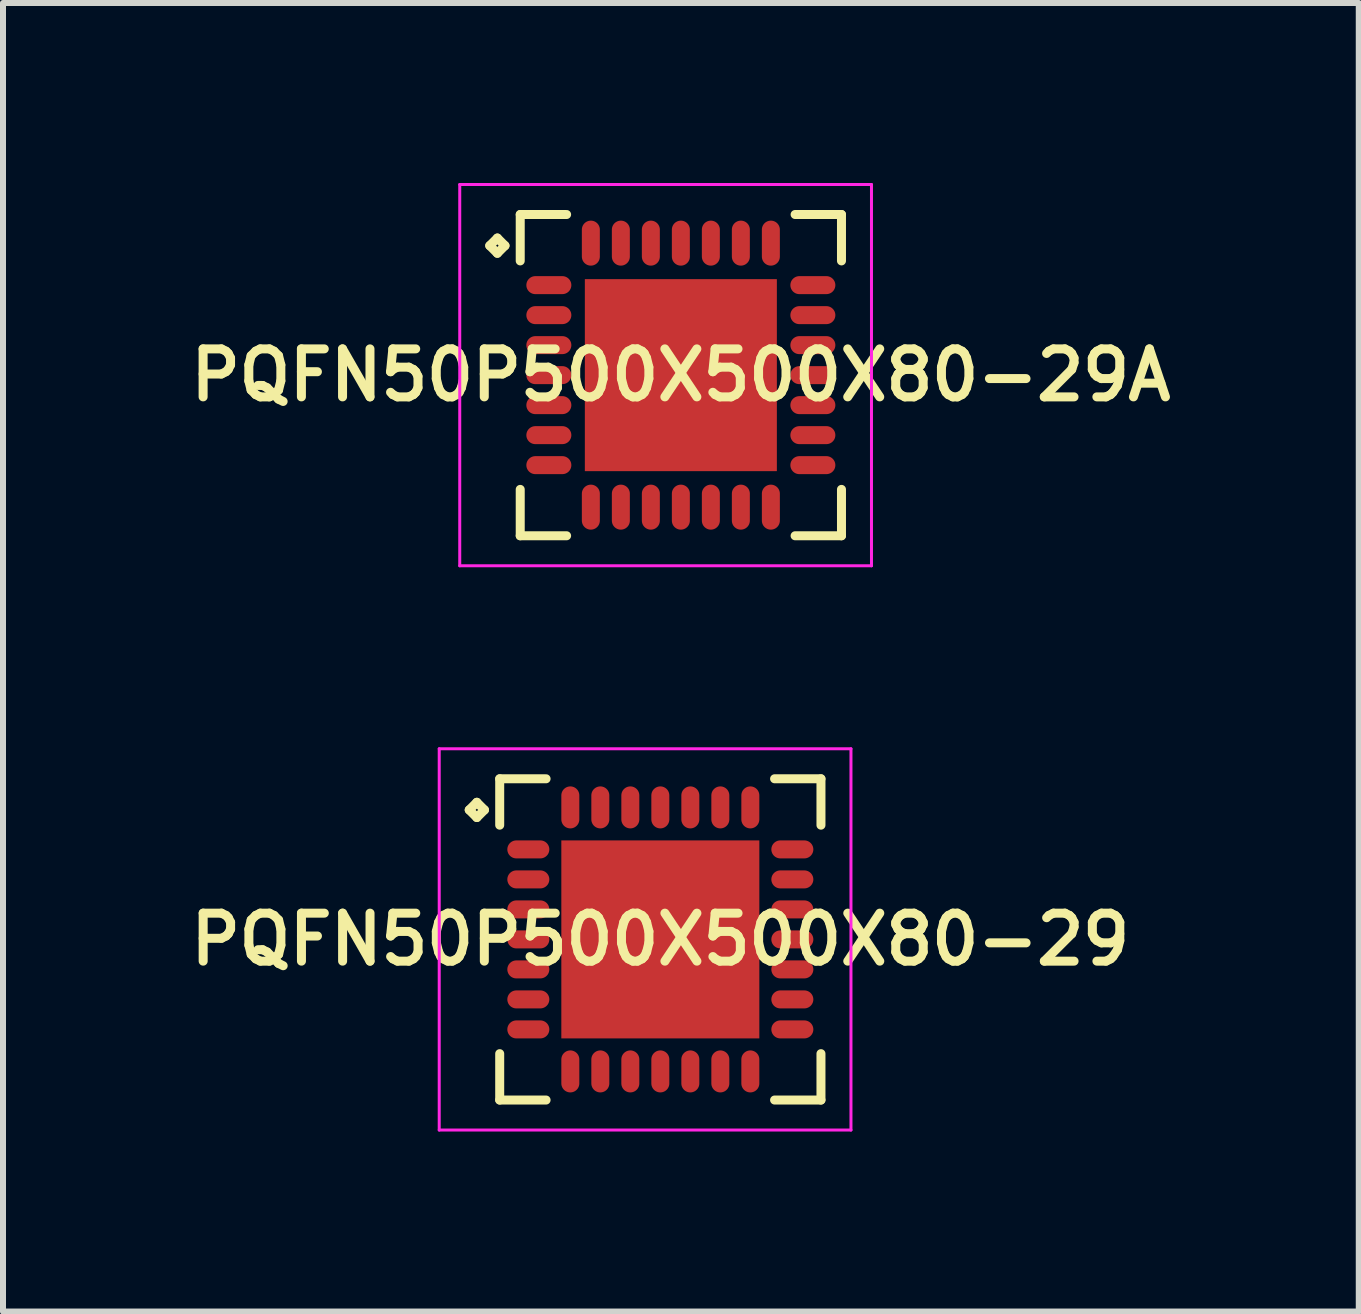
<source format=kicad_pcb>
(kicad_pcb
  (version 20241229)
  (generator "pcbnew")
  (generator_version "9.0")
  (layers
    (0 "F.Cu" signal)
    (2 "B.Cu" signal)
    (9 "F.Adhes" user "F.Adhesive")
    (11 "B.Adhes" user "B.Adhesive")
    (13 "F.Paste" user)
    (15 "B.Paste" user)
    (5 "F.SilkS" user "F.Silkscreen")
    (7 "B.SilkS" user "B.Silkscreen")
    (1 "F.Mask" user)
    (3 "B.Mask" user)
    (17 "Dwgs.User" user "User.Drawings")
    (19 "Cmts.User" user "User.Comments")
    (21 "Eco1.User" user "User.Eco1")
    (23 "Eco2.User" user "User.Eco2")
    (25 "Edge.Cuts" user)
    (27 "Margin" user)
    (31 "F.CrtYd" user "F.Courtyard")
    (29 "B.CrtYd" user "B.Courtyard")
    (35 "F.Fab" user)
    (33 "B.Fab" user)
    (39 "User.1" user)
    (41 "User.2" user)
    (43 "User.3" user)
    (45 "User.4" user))
  (footprint "PQFN50P500X500X80-29A"
    (layer "F.Cu")
    (at 8.297 3.202)
    (property "Reference" "PQFN50P500X500X80-29A" (at 0 0 0) (layer "F.SilkS") (effects (font (size 0.8 0.8) (thickness 0.15))))
    (attr smd)
    (fp_line (start -3.185 -2.158) (end -3.058 -2.285) (stroke (width 0.15) (type solid)) (layer "F.SilkS"))
    (fp_line (start -3.058 -2.285) (end -2.931 -2.158) (stroke (width 0.15) (type solid)) (layer "F.SilkS"))
    (fp_line (start -3.058 -2.031) (end -3.185 -2.158) (stroke (width 0.15) (type solid)) (layer "F.SilkS"))
    (fp_line (start -2.931 -2.158) (end -3.058 -2.031) (stroke (width 0.15) (type solid)) (layer "F.SilkS"))
    (fp_line (start -2.677 -2.677) (end -1.904 -2.677) (stroke (width 0.15) (type solid)) (layer "F.SilkS"))
    (fp_line (start -2.677 -1.904) (end -2.677 -2.677) (stroke (width 0.15) (type solid)) (layer "F.SilkS"))
    (fp_line (start -2.677 1.904) (end -2.677 2.677) (stroke (width 0.15) (type solid)) (layer "F.SilkS"))
    (fp_line (start -2.677 2.677) (end -1.904 2.677) (stroke (width 0.15) (type solid)) (layer "F.SilkS"))
    (fp_line (start 1.904 -2.677) (end 2.677 -2.677) (stroke (width 0.15) (type solid)) (layer "F.SilkS"))
    (fp_line (start 1.904 2.677) (end 2.677 2.677) (stroke (width 0.15) (type solid)) (layer "F.SilkS"))
    (fp_line (start 2.677 -2.677) (end 2.677 -1.904) (stroke (width 0.15) (type solid)) (layer "F.SilkS"))
    (fp_line (start 2.677 2.677) (end 2.677 1.904) (stroke (width 0.15) (type solid)) (layer "F.SilkS"))
    (fp_line (start -3.685 -3.177) (end 3.177 -3.177) (stroke (width 0.05) (type solid)) (layer "F.CrtYd"))
    (fp_line (start -3.685 3.177) (end -3.685 -3.177) (stroke (width 0.05) (type solid)) (layer "F.CrtYd"))
    (fp_line (start 3.177 -3.177) (end 3.177 3.177) (stroke (width 0.05) (type solid)) (layer "F.CrtYd"))
    (fp_line (start 3.177 3.177) (end -3.685 3.177) (stroke (width 0.05) (type solid)) (layer "F.CrtYd"))
    (pad "1" smd oval (at -2.2 -1.5) (size 0.75 0.3) (layers "F.Cu" "F.Mask" "F.Paste"))
    (pad "2" smd oval (at -2.2 -1) (size 0.75 0.3) (layers "F.Cu" "F.Mask" "F.Paste"))
    (pad "3" smd oval (at -2.2 -0.5) (size 0.75 0.3) (layers "F.Cu" "F.Mask" "F.Paste"))
    (pad "4" smd oval (at -2.2 0) (size 0.75 0.3) (layers "F.Cu" "F.Mask" "F.Paste"))
    (pad "5" smd oval (at -2.2 0.5) (size 0.75 0.3) (layers "F.Cu" "F.Mask" "F.Paste"))
    (pad "6" smd oval (at -2.2 1) (size 0.75 0.3) (layers "F.Cu" "F.Mask" "F.Paste"))
    (pad "7" smd oval (at -2.2 1.5) (size 0.75 0.3) (layers "F.Cu" "F.Mask" "F.Paste"))
    (pad "8" smd oval (at -1.5 2.2) (size 0.3 0.75) (layers "F.Cu" "F.Mask" "F.Paste"))
    (pad "9" smd oval (at -1 2.2) (size 0.3 0.75) (layers "F.Cu" "F.Mask" "F.Paste"))
    (pad "10" smd oval (at -0.5 2.2) (size 0.3 0.75) (layers "F.Cu" "F.Mask" "F.Paste"))
    (pad "11" smd oval (at 0 2.2) (size 0.3 0.75) (layers "F.Cu" "F.Mask" "F.Paste"))
    (pad "12" smd oval (at 0.5 2.2) (size 0.3 0.75) (layers "F.Cu" "F.Mask" "F.Paste"))
    (pad "13" smd oval (at 1 2.2) (size 0.3 0.75) (layers "F.Cu" "F.Mask" "F.Paste"))
    (pad "14" smd oval (at 1.5 2.2) (size 0.3 0.75) (layers "F.Cu" "F.Mask" "F.Paste"))
    (pad "15" smd oval (at 2.2 1.5) (size 0.75 0.3) (layers "F.Cu" "F.Mask" "F.Paste"))
    (pad "16" smd oval (at 2.2 1) (size 0.75 0.3) (layers "F.Cu" "F.Mask" "F.Paste"))
    (pad "17" smd oval (at 2.2 0.5) (size 0.75 0.3) (layers "F.Cu" "F.Mask" "F.Paste"))
    (pad "18" smd oval (at 2.2 0) (size 0.75 0.3) (layers "F.Cu" "F.Mask" "F.Paste"))
    (pad "19" smd oval (at 2.2 -0.5) (size 0.75 0.3) (layers "F.Cu" "F.Mask" "F.Paste"))
    (pad "20" smd oval (at 2.2 -1) (size 0.75 0.3) (layers "F.Cu" "F.Mask" "F.Paste"))
    (pad "21" smd oval (at 2.2 -1.5) (size 0.75 0.3) (layers "F.Cu" "F.Mask" "F.Paste"))
    (pad "22" smd oval (at 1.5 -2.2) (size 0.3 0.75) (layers "F.Cu" "F.Mask" "F.Paste"))
    (pad "23" smd oval (at 1 -2.2) (size 0.3 0.75) (layers "F.Cu" "F.Mask" "F.Paste"))
    (pad "24" smd oval (at 0.5 -2.2) (size 0.3 0.75) (layers "F.Cu" "F.Mask" "F.Paste"))
    (pad "25" smd oval (at 0 -2.2) (size 0.3 0.75) (layers "F.Cu" "F.Mask" "F.Paste"))
    (pad "26" smd oval (at -0.5 -2.2) (size 0.3 0.75) (layers "F.Cu" "F.Mask" "F.Paste"))
    (pad "27" smd oval (at -1 -2.2) (size 0.3 0.75) (layers "F.Cu" "F.Mask" "F.Paste"))
    (pad "28" smd oval (at -1.5 -2.2) (size 0.3 0.75) (layers "F.Cu" "F.Mask" "F.Paste"))
    (pad "29" smd rect (at 0 0) (size 3.2 3.2) (layers "F.Cu" "F.Mask" "F.Paste")))
  (footprint "PQFN50P500X500X80-29"
    (layer "F.Cu")
    (at 7.955 12.606)
    (property "Reference" "PQFN50P500X500X80-29" (at 0 0 0) (layer "F.SilkS") (effects (font (size 0.8 0.8) (thickness 0.15))))
    (attr smd)
    (fp_line (start -3.185 -2.158) (end -3.058 -2.285) (stroke (width 0.15) (type solid)) (layer "F.SilkS"))
    (fp_line (start -3.058 -2.285) (end -2.931 -2.158) (stroke (width 0.15) (type solid)) (layer "F.SilkS"))
    (fp_line (start -3.058 -2.031) (end -3.185 -2.158) (stroke (width 0.15) (type solid)) (layer "F.SilkS"))
    (fp_line (start -2.931 -2.158) (end -3.058 -2.031) (stroke (width 0.15) (type solid)) (layer "F.SilkS"))
    (fp_line (start -2.677 -2.677) (end -1.904 -2.677) (stroke (width 0.15) (type solid)) (layer "F.SilkS"))
    (fp_line (start -2.677 -1.904) (end -2.677 -2.677) (stroke (width 0.15) (type solid)) (layer "F.SilkS"))
    (fp_line (start -2.677 1.904) (end -2.677 2.677) (stroke (width 0.15) (type solid)) (layer "F.SilkS"))
    (fp_line (start -2.677 2.677) (end -1.904 2.677) (stroke (width 0.15) (type solid)) (layer "F.SilkS"))
    (fp_line (start 1.904 -2.677) (end 2.677 -2.677) (stroke (width 0.15) (type solid)) (layer "F.SilkS"))
    (fp_line (start 1.904 2.677) (end 2.677 2.677) (stroke (width 0.15) (type solid)) (layer "F.SilkS"))
    (fp_line (start 2.677 -2.677) (end 2.677 -1.904) (stroke (width 0.15) (type solid)) (layer "F.SilkS"))
    (fp_line (start 2.677 2.677) (end 2.677 1.904) (stroke (width 0.15) (type solid)) (layer "F.SilkS"))
    (fp_line (start -3.685 -3.177) (end 3.177 -3.177) (stroke (width 0.05) (type solid)) (layer "F.CrtYd"))
    (fp_line (start -3.685 3.177) (end -3.685 -3.177) (stroke (width 0.05) (type solid)) (layer "F.CrtYd"))
    (fp_line (start 3.177 -3.177) (end 3.177 3.177) (stroke (width 0.05) (type solid)) (layer "F.CrtYd"))
    (fp_line (start 3.177 3.177) (end -3.685 3.177) (stroke (width 0.05) (type solid)) (layer "F.CrtYd"))
    (pad "1" smd oval (at -2.2 -1.5) (size 0.7 0.3) (layers "F.Cu" "F.Mask" "F.Paste"))
    (pad "2" smd oval (at -2.2 -1) (size 0.7 0.3) (layers "F.Cu" "F.Mask" "F.Paste"))
    (pad "3" smd oval (at -2.2 -0.5) (size 0.7 0.3) (layers "F.Cu" "F.Mask" "F.Paste"))
    (pad "4" smd oval (at -2.2 0) (size 0.7 0.3) (layers "F.Cu" "F.Mask" "F.Paste"))
    (pad "5" smd oval (at -2.2 0.5) (size 0.7 0.3) (layers "F.Cu" "F.Mask" "F.Paste"))
    (pad "6" smd oval (at -2.2 1) (size 0.7 0.3) (layers "F.Cu" "F.Mask" "F.Paste"))
    (pad "7" smd oval (at -2.2 1.5) (size 0.7 0.3) (layers "F.Cu" "F.Mask" "F.Paste"))
    (pad "8" smd oval (at -1.5 2.2) (size 0.3 0.7) (layers "F.Cu" "F.Mask" "F.Paste"))
    (pad "9" smd oval (at -1 2.2) (size 0.3 0.7) (layers "F.Cu" "F.Mask" "F.Paste"))
    (pad "10" smd oval (at -0.5 2.2) (size 0.3 0.7) (layers "F.Cu" "F.Mask" "F.Paste"))
    (pad "11" smd oval (at 0 2.2) (size 0.3 0.7) (layers "F.Cu" "F.Mask" "F.Paste"))
    (pad "12" smd oval (at 0.5 2.2) (size 0.3 0.7) (layers "F.Cu" "F.Mask" "F.Paste"))
    (pad "13" smd oval (at 1 2.2) (size 0.3 0.7) (layers "F.Cu" "F.Mask" "F.Paste"))
    (pad "14" smd oval (at 1.5 2.2) (size 0.3 0.7) (layers "F.Cu" "F.Mask" "F.Paste"))
    (pad "15" smd oval (at 2.2 1.5) (size 0.7 0.3) (layers "F.Cu" "F.Mask" "F.Paste"))
    (pad "16" smd oval (at 2.2 1) (size 0.7 0.3) (layers "F.Cu" "F.Mask" "F.Paste"))
    (pad "17" smd oval (at 2.2 0.5) (size 0.7 0.3) (layers "F.Cu" "F.Mask" "F.Paste"))
    (pad "18" smd oval (at 2.2 0) (size 0.7 0.3) (layers "F.Cu" "F.Mask" "F.Paste"))
    (pad "19" smd oval (at 2.2 -0.5) (size 0.7 0.3) (layers "F.Cu" "F.Mask" "F.Paste"))
    (pad "20" smd oval (at 2.2 -1) (size 0.7 0.3) (layers "F.Cu" "F.Mask" "F.Paste"))
    (pad "21" smd oval (at 2.2 -1.5) (size 0.7 0.3) (layers "F.Cu" "F.Mask" "F.Paste"))
    (pad "22" smd oval (at 1.5 -2.2) (size 0.3 0.7) (layers "F.Cu" "F.Mask" "F.Paste"))
    (pad "23" smd oval (at 1 -2.2) (size 0.3 0.7) (layers "F.Cu" "F.Mask" "F.Paste"))
    (pad "24" smd oval (at 0.5 -2.2) (size 0.3 0.7) (layers "F.Cu" "F.Mask" "F.Paste"))
    (pad "25" smd oval (at 0 -2.2) (size 0.3 0.7) (layers "F.Cu" "F.Mask" "F.Paste"))
    (pad "26" smd oval (at -0.5 -2.2) (size 0.3 0.7) (layers "F.Cu" "F.Mask" "F.Paste"))
    (pad "27" smd oval (at -1 -2.2) (size 0.3 0.7) (layers "F.Cu" "F.Mask" "F.Paste"))
    (pad "28" smd oval (at -1.5 -2.2) (size 0.3 0.7) (layers "F.Cu" "F.Mask" "F.Paste"))
    (pad "29" smd rect (at 0 0) (size 3.3 3.3) (layers "F.Cu" "F.Mask" "F.Paste")))
  (gr_rect
    (start -3 -3)
    (end 19.595 18.808)
    (stroke (width 0.1) (type default))
    (fill no)
    (layer "Edge.Cuts")))
</source>
